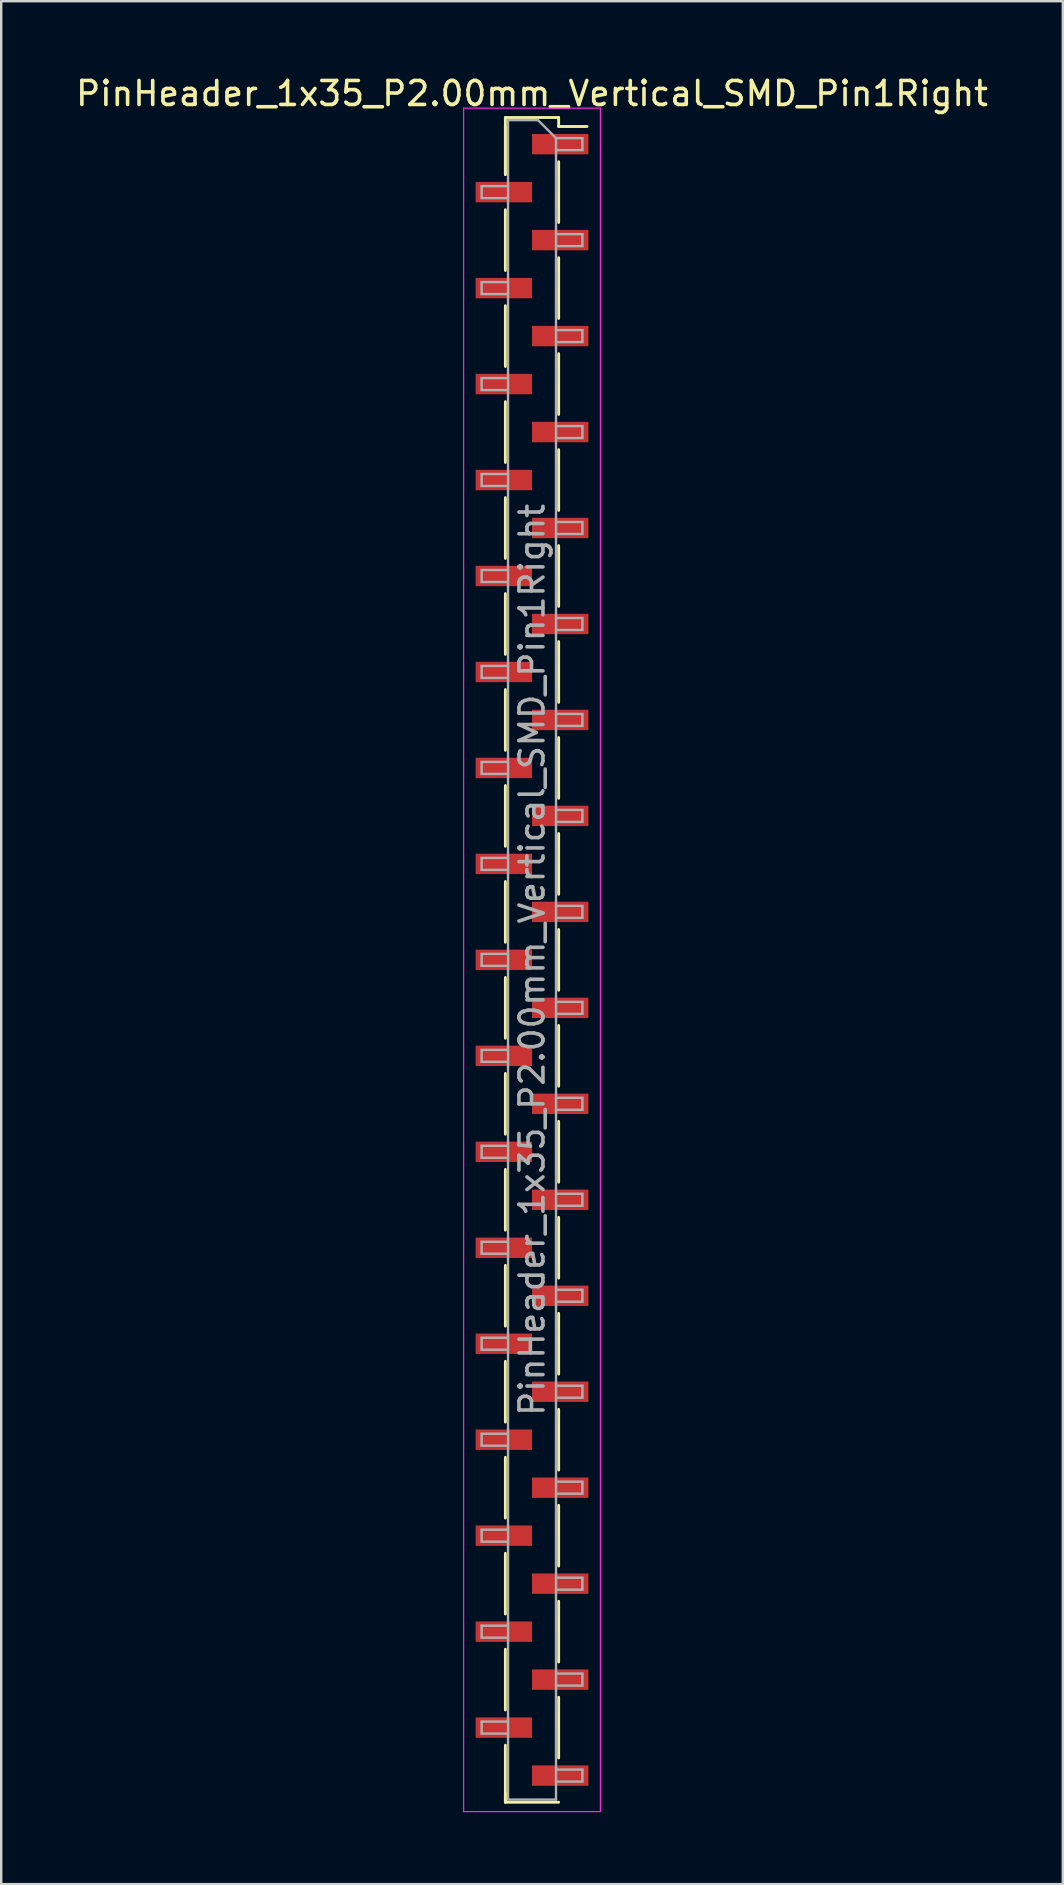
<source format=kicad_pcb>
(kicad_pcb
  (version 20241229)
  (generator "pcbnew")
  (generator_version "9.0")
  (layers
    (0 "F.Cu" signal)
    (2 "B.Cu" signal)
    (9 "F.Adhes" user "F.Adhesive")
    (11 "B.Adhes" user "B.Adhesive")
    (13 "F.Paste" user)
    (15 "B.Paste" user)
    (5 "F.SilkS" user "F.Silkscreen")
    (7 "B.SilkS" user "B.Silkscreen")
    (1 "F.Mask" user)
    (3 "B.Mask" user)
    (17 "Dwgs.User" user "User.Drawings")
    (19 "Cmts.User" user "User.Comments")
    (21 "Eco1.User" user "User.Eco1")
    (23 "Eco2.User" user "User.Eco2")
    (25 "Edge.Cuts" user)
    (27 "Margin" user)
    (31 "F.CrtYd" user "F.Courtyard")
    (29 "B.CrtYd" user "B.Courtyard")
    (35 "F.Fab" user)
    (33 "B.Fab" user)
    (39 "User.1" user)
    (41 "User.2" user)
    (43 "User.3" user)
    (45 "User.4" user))
  (footprint "PinHeader_1x35_P2.00mm_Vertical_SMD_Pin1Right"
    (layer "F.Cu")
    (at 19.125 36.958)
    (property "Reference" "PinHeader_1x35_P2.00mm_Vertical_SMD_Pin1Right" (at 0 -36.11 0) (layer "F.SilkS") (effects (font (size 1 1) (thickness 0.15))))
    (attr smd)
    (fp_line (start -1.11 -35.11) (end -1.11 -32.735) (stroke (width 0.12) (type solid)) (layer "F.SilkS"))
    (fp_line (start -1.11 -35.11) (end 1.11 -35.11) (stroke (width 0.12) (type solid)) (layer "F.SilkS"))
    (fp_line (start -1.11 -34.735) (end -1.11 -32.735) (stroke (width 0.12) (type solid)) (layer "F.SilkS"))
    (fp_line (start -1.11 -31.265) (end -1.11 -28.735) (stroke (width 0.12) (type solid)) (layer "F.SilkS"))
    (fp_line (start -1.11 -27.265) (end -1.11 -24.735) (stroke (width 0.12) (type solid)) (layer "F.SilkS"))
    (fp_line (start -1.11 -23.265) (end -1.11 -20.735) (stroke (width 0.12) (type solid)) (layer "F.SilkS"))
    (fp_line (start -1.11 -19.265) (end -1.11 -16.735) (stroke (width 0.12) (type solid)) (layer "F.SilkS"))
    (fp_line (start -1.11 -15.265) (end -1.11 -12.735) (stroke (width 0.12) (type solid)) (layer "F.SilkS"))
    (fp_line (start -1.11 -11.265) (end -1.11 -8.735) (stroke (width 0.12) (type solid)) (layer "F.SilkS"))
    (fp_line (start -1.11 -7.265) (end -1.11 -4.735) (stroke (width 0.12) (type solid)) (layer "F.SilkS"))
    (fp_line (start -1.11 -3.265) (end -1.11 -0.735) (stroke (width 0.12) (type solid)) (layer "F.SilkS"))
    (fp_line (start -1.11 0.735) (end -1.11 3.265) (stroke (width 0.12) (type solid)) (layer "F.SilkS"))
    (fp_line (start -1.11 4.735) (end -1.11 7.265) (stroke (width 0.12) (type solid)) (layer "F.SilkS"))
    (fp_line (start -1.11 8.735) (end -1.11 11.265) (stroke (width 0.12) (type solid)) (layer "F.SilkS"))
    (fp_line (start -1.11 12.735) (end -1.11 15.265) (stroke (width 0.12) (type solid)) (layer "F.SilkS"))
    (fp_line (start -1.11 16.735) (end -1.11 19.265) (stroke (width 0.12) (type solid)) (layer "F.SilkS"))
    (fp_line (start -1.11 20.735) (end -1.11 23.265) (stroke (width 0.12) (type solid)) (layer "F.SilkS"))
    (fp_line (start -1.11 24.735) (end -1.11 27.265) (stroke (width 0.12) (type solid)) (layer "F.SilkS"))
    (fp_line (start -1.11 28.735) (end -1.11 31.265) (stroke (width 0.12) (type solid)) (layer "F.SilkS"))
    (fp_line (start -1.11 32.735) (end -1.11 35.11) (stroke (width 0.12) (type solid)) (layer "F.SilkS"))
    (fp_line (start -1.11 34.735) (end -1.11 35.11) (stroke (width 0.12) (type solid)) (layer "F.SilkS"))
    (fp_line (start -1.11 35.11) (end 1.11 35.11) (stroke (width 0.12) (type solid)) (layer "F.SilkS"))
    (fp_line (start 1.11 -35.11) (end 1.11 -34.735) (stroke (width 0.12) (type solid)) (layer "F.SilkS"))
    (fp_line (start 1.11 -34.735) (end 2.29 -34.735) (stroke (width 0.12) (type solid)) (layer "F.SilkS"))
    (fp_line (start 1.11 -33.265) (end 1.11 -30.735) (stroke (width 0.12) (type solid)) (layer "F.SilkS"))
    (fp_line (start 1.11 -29.265) (end 1.11 -26.735) (stroke (width 0.12) (type solid)) (layer "F.SilkS"))
    (fp_line (start 1.11 -25.265) (end 1.11 -22.735) (stroke (width 0.12) (type solid)) (layer "F.SilkS"))
    (fp_line (start 1.11 -21.265) (end 1.11 -18.735) (stroke (width 0.12) (type solid)) (layer "F.SilkS"))
    (fp_line (start 1.11 -17.265) (end 1.11 -14.735) (stroke (width 0.12) (type solid)) (layer "F.SilkS"))
    (fp_line (start 1.11 -13.265) (end 1.11 -10.735) (stroke (width 0.12) (type solid)) (layer "F.SilkS"))
    (fp_line (start 1.11 -9.265) (end 1.11 -6.735) (stroke (width 0.12) (type solid)) (layer "F.SilkS"))
    (fp_line (start 1.11 -5.265) (end 1.11 -2.735) (stroke (width 0.12) (type solid)) (layer "F.SilkS"))
    (fp_line (start 1.11 -1.265) (end 1.11 1.265) (stroke (width 0.12) (type solid)) (layer "F.SilkS"))
    (fp_line (start 1.11 2.735) (end 1.11 5.265) (stroke (width 0.12) (type solid)) (layer "F.SilkS"))
    (fp_line (start 1.11 6.735) (end 1.11 9.265) (stroke (width 0.12) (type solid)) (layer "F.SilkS"))
    (fp_line (start 1.11 10.735) (end 1.11 13.265) (stroke (width 0.12) (type solid)) (layer "F.SilkS"))
    (fp_line (start 1.11 14.735) (end 1.11 17.265) (stroke (width 0.12) (type solid)) (layer "F.SilkS"))
    (fp_line (start 1.11 18.735) (end 1.11 21.265) (stroke (width 0.12) (type solid)) (layer "F.SilkS"))
    (fp_line (start 1.11 22.735) (end 1.11 25.265) (stroke (width 0.12) (type solid)) (layer "F.SilkS"))
    (fp_line (start 1.11 26.735) (end 1.11 29.265) (stroke (width 0.12) (type solid)) (layer "F.SilkS"))
    (fp_line (start 1.11 30.735) (end 1.11 33.265) (stroke (width 0.12) (type solid)) (layer "F.SilkS"))
    (fp_line (start -2.85 -35.5) (end -2.85 35.5) (stroke (width 0.05) (type solid)) (layer "F.CrtYd"))
    (fp_line (start -2.85 35.5) (end 2.85 35.5) (stroke (width 0.05) (type solid)) (layer "F.CrtYd"))
    (fp_line (start 2.85 -35.5) (end -2.85 -35.5) (stroke (width 0.05) (type solid)) (layer "F.CrtYd"))
    (fp_line (start 2.85 35.5) (end 2.85 -35.5) (stroke (width 0.05) (type solid)) (layer "F.CrtYd"))
    (fp_line (start -2.1 -32.25) (end -2.1 -31.75) (stroke (width 0.1) (type solid)) (layer "F.Fab"))
    (fp_line (start -2.1 -31.75) (end -1 -31.75) (stroke (width 0.1) (type solid)) (layer "F.Fab"))
    (fp_line (start -2.1 -28.25) (end -2.1 -27.75) (stroke (width 0.1) (type solid)) (layer "F.Fab"))
    (fp_line (start -2.1 -27.75) (end -1 -27.75) (stroke (width 0.1) (type solid)) (layer "F.Fab"))
    (fp_line (start -2.1 -24.25) (end -2.1 -23.75) (stroke (width 0.1) (type solid)) (layer "F.Fab"))
    (fp_line (start -2.1 -23.75) (end -1 -23.75) (stroke (width 0.1) (type solid)) (layer "F.Fab"))
    (fp_line (start -2.1 -20.25) (end -2.1 -19.75) (stroke (width 0.1) (type solid)) (layer "F.Fab"))
    (fp_line (start -2.1 -19.75) (end -1 -19.75) (stroke (width 0.1) (type solid)) (layer "F.Fab"))
    (fp_line (start -2.1 -16.25) (end -2.1 -15.75) (stroke (width 0.1) (type solid)) (layer "F.Fab"))
    (fp_line (start -2.1 -15.75) (end -1 -15.75) (stroke (width 0.1) (type solid)) (layer "F.Fab"))
    (fp_line (start -2.1 -12.25) (end -2.1 -11.75) (stroke (width 0.1) (type solid)) (layer "F.Fab"))
    (fp_line (start -2.1 -11.75) (end -1 -11.75) (stroke (width 0.1) (type solid)) (layer "F.Fab"))
    (fp_line (start -2.1 -8.25) (end -2.1 -7.75) (stroke (width 0.1) (type solid)) (layer "F.Fab"))
    (fp_line (start -2.1 -7.75) (end -1 -7.75) (stroke (width 0.1) (type solid)) (layer "F.Fab"))
    (fp_line (start -2.1 -4.25) (end -2.1 -3.75) (stroke (width 0.1) (type solid)) (layer "F.Fab"))
    (fp_line (start -2.1 -3.75) (end -1 -3.75) (stroke (width 0.1) (type solid)) (layer "F.Fab"))
    (fp_line (start -2.1 -0.25) (end -2.1 0.25) (stroke (width 0.1) (type solid)) (layer "F.Fab"))
    (fp_line (start -2.1 0.25) (end -1 0.25) (stroke (width 0.1) (type solid)) (layer "F.Fab"))
    (fp_line (start -2.1 3.75) (end -2.1 4.25) (stroke (width 0.1) (type solid)) (layer "F.Fab"))
    (fp_line (start -2.1 4.25) (end -1 4.25) (stroke (width 0.1) (type solid)) (layer "F.Fab"))
    (fp_line (start -2.1 7.75) (end -2.1 8.25) (stroke (width 0.1) (type solid)) (layer "F.Fab"))
    (fp_line (start -2.1 8.25) (end -1 8.25) (stroke (width 0.1) (type solid)) (layer "F.Fab"))
    (fp_line (start -2.1 11.75) (end -2.1 12.25) (stroke (width 0.1) (type solid)) (layer "F.Fab"))
    (fp_line (start -2.1 12.25) (end -1 12.25) (stroke (width 0.1) (type solid)) (layer "F.Fab"))
    (fp_line (start -2.1 15.75) (end -2.1 16.25) (stroke (width 0.1) (type solid)) (layer "F.Fab"))
    (fp_line (start -2.1 16.25) (end -1 16.25) (stroke (width 0.1) (type solid)) (layer "F.Fab"))
    (fp_line (start -2.1 19.75) (end -2.1 20.25) (stroke (width 0.1) (type solid)) (layer "F.Fab"))
    (fp_line (start -2.1 20.25) (end -1 20.25) (stroke (width 0.1) (type solid)) (layer "F.Fab"))
    (fp_line (start -2.1 23.75) (end -2.1 24.25) (stroke (width 0.1) (type solid)) (layer "F.Fab"))
    (fp_line (start -2.1 24.25) (end -1 24.25) (stroke (width 0.1) (type solid)) (layer "F.Fab"))
    (fp_line (start -2.1 27.75) (end -2.1 28.25) (stroke (width 0.1) (type solid)) (layer "F.Fab"))
    (fp_line (start -2.1 28.25) (end -1 28.25) (stroke (width 0.1) (type solid)) (layer "F.Fab"))
    (fp_line (start -2.1 31.75) (end -2.1 32.25) (stroke (width 0.1) (type solid)) (layer "F.Fab"))
    (fp_line (start -2.1 32.25) (end -1 32.25) (stroke (width 0.1) (type solid)) (layer "F.Fab"))
    (fp_line (start -1 -35) (end -1 35) (stroke (width 0.1) (type solid)) (layer "F.Fab"))
    (fp_line (start -1 -35) (end 0.25 -35) (stroke (width 0.1) (type solid)) (layer "F.Fab"))
    (fp_line (start -1 -32.25) (end -2.1 -32.25) (stroke (width 0.1) (type solid)) (layer "F.Fab"))
    (fp_line (start -1 -28.25) (end -2.1 -28.25) (stroke (width 0.1) (type solid)) (layer "F.Fab"))
    (fp_line (start -1 -24.25) (end -2.1 -24.25) (stroke (width 0.1) (type solid)) (layer "F.Fab"))
    (fp_line (start -1 -20.25) (end -2.1 -20.25) (stroke (width 0.1) (type solid)) (layer "F.Fab"))
    (fp_line (start -1 -16.25) (end -2.1 -16.25) (stroke (width 0.1) (type solid)) (layer "F.Fab"))
    (fp_line (start -1 -12.25) (end -2.1 -12.25) (stroke (width 0.1) (type solid)) (layer "F.Fab"))
    (fp_line (start -1 -8.25) (end -2.1 -8.25) (stroke (width 0.1) (type solid)) (layer "F.Fab"))
    (fp_line (start -1 -4.25) (end -2.1 -4.25) (stroke (width 0.1) (type solid)) (layer "F.Fab"))
    (fp_line (start -1 -0.25) (end -2.1 -0.25) (stroke (width 0.1) (type solid)) (layer "F.Fab"))
    (fp_line (start -1 3.75) (end -2.1 3.75) (stroke (width 0.1) (type solid)) (layer "F.Fab"))
    (fp_line (start -1 7.75) (end -2.1 7.75) (stroke (width 0.1) (type solid)) (layer "F.Fab"))
    (fp_line (start -1 11.75) (end -2.1 11.75) (stroke (width 0.1) (type solid)) (layer "F.Fab"))
    (fp_line (start -1 15.75) (end -2.1 15.75) (stroke (width 0.1) (type solid)) (layer "F.Fab"))
    (fp_line (start -1 19.75) (end -2.1 19.75) (stroke (width 0.1) (type solid)) (layer "F.Fab"))
    (fp_line (start -1 23.75) (end -2.1 23.75) (stroke (width 0.1) (type solid)) (layer "F.Fab"))
    (fp_line (start -1 27.75) (end -2.1 27.75) (stroke (width 0.1) (type solid)) (layer "F.Fab"))
    (fp_line (start -1 31.75) (end -2.1 31.75) (stroke (width 0.1) (type solid)) (layer "F.Fab"))
    (fp_line (start 1 -34.25) (end 0.25 -35) (stroke (width 0.1) (type solid)) (layer "F.Fab"))
    (fp_line (start 1 -34.25) (end 2.1 -34.25) (stroke (width 0.1) (type solid)) (layer "F.Fab"))
    (fp_line (start 1 -30.25) (end 2.1 -30.25) (stroke (width 0.1) (type solid)) (layer "F.Fab"))
    (fp_line (start 1 -26.25) (end 2.1 -26.25) (stroke (width 0.1) (type solid)) (layer "F.Fab"))
    (fp_line (start 1 -22.25) (end 2.1 -22.25) (stroke (width 0.1) (type solid)) (layer "F.Fab"))
    (fp_line (start 1 -18.25) (end 2.1 -18.25) (stroke (width 0.1) (type solid)) (layer "F.Fab"))
    (fp_line (start 1 -14.25) (end 2.1 -14.25) (stroke (width 0.1) (type solid)) (layer "F.Fab"))
    (fp_line (start 1 -10.25) (end 2.1 -10.25) (stroke (width 0.1) (type solid)) (layer "F.Fab"))
    (fp_line (start 1 -6.25) (end 2.1 -6.25) (stroke (width 0.1) (type solid)) (layer "F.Fab"))
    (fp_line (start 1 -2.25) (end 2.1 -2.25) (stroke (width 0.1) (type solid)) (layer "F.Fab"))
    (fp_line (start 1 1.75) (end 2.1 1.75) (stroke (width 0.1) (type solid)) (layer "F.Fab"))
    (fp_line (start 1 5.75) (end 2.1 5.75) (stroke (width 0.1) (type solid)) (layer "F.Fab"))
    (fp_line (start 1 9.75) (end 2.1 9.75) (stroke (width 0.1) (type solid)) (layer "F.Fab"))
    (fp_line (start 1 13.75) (end 2.1 13.75) (stroke (width 0.1) (type solid)) (layer "F.Fab"))
    (fp_line (start 1 17.75) (end 2.1 17.75) (stroke (width 0.1) (type solid)) (layer "F.Fab"))
    (fp_line (start 1 21.75) (end 2.1 21.75) (stroke (width 0.1) (type solid)) (layer "F.Fab"))
    (fp_line (start 1 25.75) (end 2.1 25.75) (stroke (width 0.1) (type solid)) (layer "F.Fab"))
    (fp_line (start 1 29.75) (end 2.1 29.75) (stroke (width 0.1) (type solid)) (layer "F.Fab"))
    (fp_line (start 1 33.75) (end 2.1 33.75) (stroke (width 0.1) (type solid)) (layer "F.Fab"))
    (fp_line (start 1 35) (end -1 35) (stroke (width 0.1) (type solid)) (layer "F.Fab"))
    (fp_line (start 1 35) (end 1 -34.25) (stroke (width 0.1) (type solid)) (layer "F.Fab"))
    (fp_line (start 2.1 -34.25) (end 2.1 -33.75) (stroke (width 0.1) (type solid)) (layer "F.Fab"))
    (fp_line (start 2.1 -33.75) (end 1 -33.75) (stroke (width 0.1) (type solid)) (layer "F.Fab"))
    (fp_line (start 2.1 -30.25) (end 2.1 -29.75) (stroke (width 0.1) (type solid)) (layer "F.Fab"))
    (fp_line (start 2.1 -29.75) (end 1 -29.75) (stroke (width 0.1) (type solid)) (layer "F.Fab"))
    (fp_line (start 2.1 -26.25) (end 2.1 -25.75) (stroke (width 0.1) (type solid)) (layer "F.Fab"))
    (fp_line (start 2.1 -25.75) (end 1 -25.75) (stroke (width 0.1) (type solid)) (layer "F.Fab"))
    (fp_line (start 2.1 -22.25) (end 2.1 -21.75) (stroke (width 0.1) (type solid)) (layer "F.Fab"))
    (fp_line (start 2.1 -21.75) (end 1 -21.75) (stroke (width 0.1) (type solid)) (layer "F.Fab"))
    (fp_line (start 2.1 -18.25) (end 2.1 -17.75) (stroke (width 0.1) (type solid)) (layer "F.Fab"))
    (fp_line (start 2.1 -17.75) (end 1 -17.75) (stroke (width 0.1) (type solid)) (layer "F.Fab"))
    (fp_line (start 2.1 -14.25) (end 2.1 -13.75) (stroke (width 0.1) (type solid)) (layer "F.Fab"))
    (fp_line (start 2.1 -13.75) (end 1 -13.75) (stroke (width 0.1) (type solid)) (layer "F.Fab"))
    (fp_line (start 2.1 -10.25) (end 2.1 -9.75) (stroke (width 0.1) (type solid)) (layer "F.Fab"))
    (fp_line (start 2.1 -9.75) (end 1 -9.75) (stroke (width 0.1) (type solid)) (layer "F.Fab"))
    (fp_line (start 2.1 -6.25) (end 2.1 -5.75) (stroke (width 0.1) (type solid)) (layer "F.Fab"))
    (fp_line (start 2.1 -5.75) (end 1 -5.75) (stroke (width 0.1) (type solid)) (layer "F.Fab"))
    (fp_line (start 2.1 -2.25) (end 2.1 -1.75) (stroke (width 0.1) (type solid)) (layer "F.Fab"))
    (fp_line (start 2.1 -1.75) (end 1 -1.75) (stroke (width 0.1) (type solid)) (layer "F.Fab"))
    (fp_line (start 2.1 1.75) (end 2.1 2.25) (stroke (width 0.1) (type solid)) (layer "F.Fab"))
    (fp_line (start 2.1 2.25) (end 1 2.25) (stroke (width 0.1) (type solid)) (layer "F.Fab"))
    (fp_line (start 2.1 5.75) (end 2.1 6.25) (stroke (width 0.1) (type solid)) (layer "F.Fab"))
    (fp_line (start 2.1 6.25) (end 1 6.25) (stroke (width 0.1) (type solid)) (layer "F.Fab"))
    (fp_line (start 2.1 9.75) (end 2.1 10.25) (stroke (width 0.1) (type solid)) (layer "F.Fab"))
    (fp_line (start 2.1 10.25) (end 1 10.25) (stroke (width 0.1) (type solid)) (layer "F.Fab"))
    (fp_line (start 2.1 13.75) (end 2.1 14.25) (stroke (width 0.1) (type solid)) (layer "F.Fab"))
    (fp_line (start 2.1 14.25) (end 1 14.25) (stroke (width 0.1) (type solid)) (layer "F.Fab"))
    (fp_line (start 2.1 17.75) (end 2.1 18.25) (stroke (width 0.1) (type solid)) (layer "F.Fab"))
    (fp_line (start 2.1 18.25) (end 1 18.25) (stroke (width 0.1) (type solid)) (layer "F.Fab"))
    (fp_line (start 2.1 21.75) (end 2.1 22.25) (stroke (width 0.1) (type solid)) (layer "F.Fab"))
    (fp_line (start 2.1 22.25) (end 1 22.25) (stroke (width 0.1) (type solid)) (layer "F.Fab"))
    (fp_line (start 2.1 25.75) (end 2.1 26.25) (stroke (width 0.1) (type solid)) (layer "F.Fab"))
    (fp_line (start 2.1 26.25) (end 1 26.25) (stroke (width 0.1) (type solid)) (layer "F.Fab"))
    (fp_line (start 2.1 29.75) (end 2.1 30.25) (stroke (width 0.1) (type solid)) (layer "F.Fab"))
    (fp_line (start 2.1 30.25) (end 1 30.25) (stroke (width 0.1) (type solid)) (layer "F.Fab"))
    (fp_line (start 2.1 33.75) (end 2.1 34.25) (stroke (width 0.1) (type solid)) (layer "F.Fab"))
    (fp_line (start 2.1 34.25) (end 1 34.25) (stroke (width 0.1) (type solid)) (layer "F.Fab"))
    (fp_text user "${REFERENCE}" (at 0 0 90) (layer "F.Fab") (effects (font (size 1 1) (thickness 0.15))))
    (pad "1" smd rect (at 1.175 -34) (size 2.35 0.85) (layers "F.Cu" "F.Mask" "F.Paste"))
    (pad "2" smd rect (at -1.175 -32) (size 2.35 0.85) (layers "F.Cu" "F.Mask" "F.Paste"))
    (pad "3" smd rect (at 1.175 -30) (size 2.35 0.85) (layers "F.Cu" "F.Mask" "F.Paste"))
    (pad "4" smd rect (at -1.175 -28) (size 2.35 0.85) (layers "F.Cu" "F.Mask" "F.Paste"))
    (pad "5" smd rect (at 1.175 -26) (size 2.35 0.85) (layers "F.Cu" "F.Mask" "F.Paste"))
    (pad "6" smd rect (at -1.175 -24) (size 2.35 0.85) (layers "F.Cu" "F.Mask" "F.Paste"))
    (pad "7" smd rect (at 1.175 -22) (size 2.35 0.85) (layers "F.Cu" "F.Mask" "F.Paste"))
    (pad "8" smd rect (at -1.175 -20) (size 2.35 0.85) (layers "F.Cu" "F.Mask" "F.Paste"))
    (pad "9" smd rect (at 1.175 -18) (size 2.35 0.85) (layers "F.Cu" "F.Mask" "F.Paste"))
    (pad "10" smd rect (at -1.175 -16) (size 2.35 0.85) (layers "F.Cu" "F.Mask" "F.Paste"))
    (pad "11" smd rect (at 1.175 -14) (size 2.35 0.85) (layers "F.Cu" "F.Mask" "F.Paste"))
    (pad "12" smd rect (at -1.175 -12) (size 2.35 0.85) (layers "F.Cu" "F.Mask" "F.Paste"))
    (pad "13" smd rect (at 1.175 -10) (size 2.35 0.85) (layers "F.Cu" "F.Mask" "F.Paste"))
    (pad "14" smd rect (at -1.175 -8) (size 2.35 0.85) (layers "F.Cu" "F.Mask" "F.Paste"))
    (pad "15" smd rect (at 1.175 -6) (size 2.35 0.85) (layers "F.Cu" "F.Mask" "F.Paste"))
    (pad "16" smd rect (at -1.175 -4) (size 2.35 0.85) (layers "F.Cu" "F.Mask" "F.Paste"))
    (pad "17" smd rect (at 1.175 -2) (size 2.35 0.85) (layers "F.Cu" "F.Mask" "F.Paste"))
    (pad "18" smd rect (at -1.175 0) (size 2.35 0.85) (layers "F.Cu" "F.Mask" "F.Paste"))
    (pad "19" smd rect (at 1.175 2) (size 2.35 0.85) (layers "F.Cu" "F.Mask" "F.Paste"))
    (pad "20" smd rect (at -1.175 4) (size 2.35 0.85) (layers "F.Cu" "F.Mask" "F.Paste"))
    (pad "21" smd rect (at 1.175 6) (size 2.35 0.85) (layers "F.Cu" "F.Mask" "F.Paste"))
    (pad "22" smd rect (at -1.175 8) (size 2.35 0.85) (layers "F.Cu" "F.Mask" "F.Paste"))
    (pad "23" smd rect (at 1.175 10) (size 2.35 0.85) (layers "F.Cu" "F.Mask" "F.Paste"))
    (pad "24" smd rect (at -1.175 12) (size 2.35 0.85) (layers "F.Cu" "F.Mask" "F.Paste"))
    (pad "25" smd rect (at 1.175 14) (size 2.35 0.85) (layers "F.Cu" "F.Mask" "F.Paste"))
    (pad "26" smd rect (at -1.175 16) (size 2.35 0.85) (layers "F.Cu" "F.Mask" "F.Paste"))
    (pad "27" smd rect (at 1.175 18) (size 2.35 0.85) (layers "F.Cu" "F.Mask" "F.Paste"))
    (pad "28" smd rect (at -1.175 20) (size 2.35 0.85) (layers "F.Cu" "F.Mask" "F.Paste"))
    (pad "29" smd rect (at 1.175 22) (size 2.35 0.85) (layers "F.Cu" "F.Mask" "F.Paste"))
    (pad "30" smd rect (at -1.175 24) (size 2.35 0.85) (layers "F.Cu" "F.Mask" "F.Paste"))
    (pad "31" smd rect (at 1.175 26) (size 2.35 0.85) (layers "F.Cu" "F.Mask" "F.Paste"))
    (pad "32" smd rect (at -1.175 28) (size 2.35 0.85) (layers "F.Cu" "F.Mask" "F.Paste"))
    (pad "33" smd rect (at 1.175 30) (size 2.35 0.85) (layers "F.Cu" "F.Mask" "F.Paste"))
    (pad "34" smd rect (at -1.175 32) (size 2.35 0.85) (layers "F.Cu" "F.Mask" "F.Paste"))
    (pad "35" smd rect (at 1.175 34) (size 2.35 0.85) (layers "F.Cu" "F.Mask" "F.Paste")))
  (gr_rect
    (start -3 -3)
    (end 41.25 75.483)
    (stroke (width 0.1) (type default))
    (fill no)
    (layer "Edge.Cuts")))
</source>
